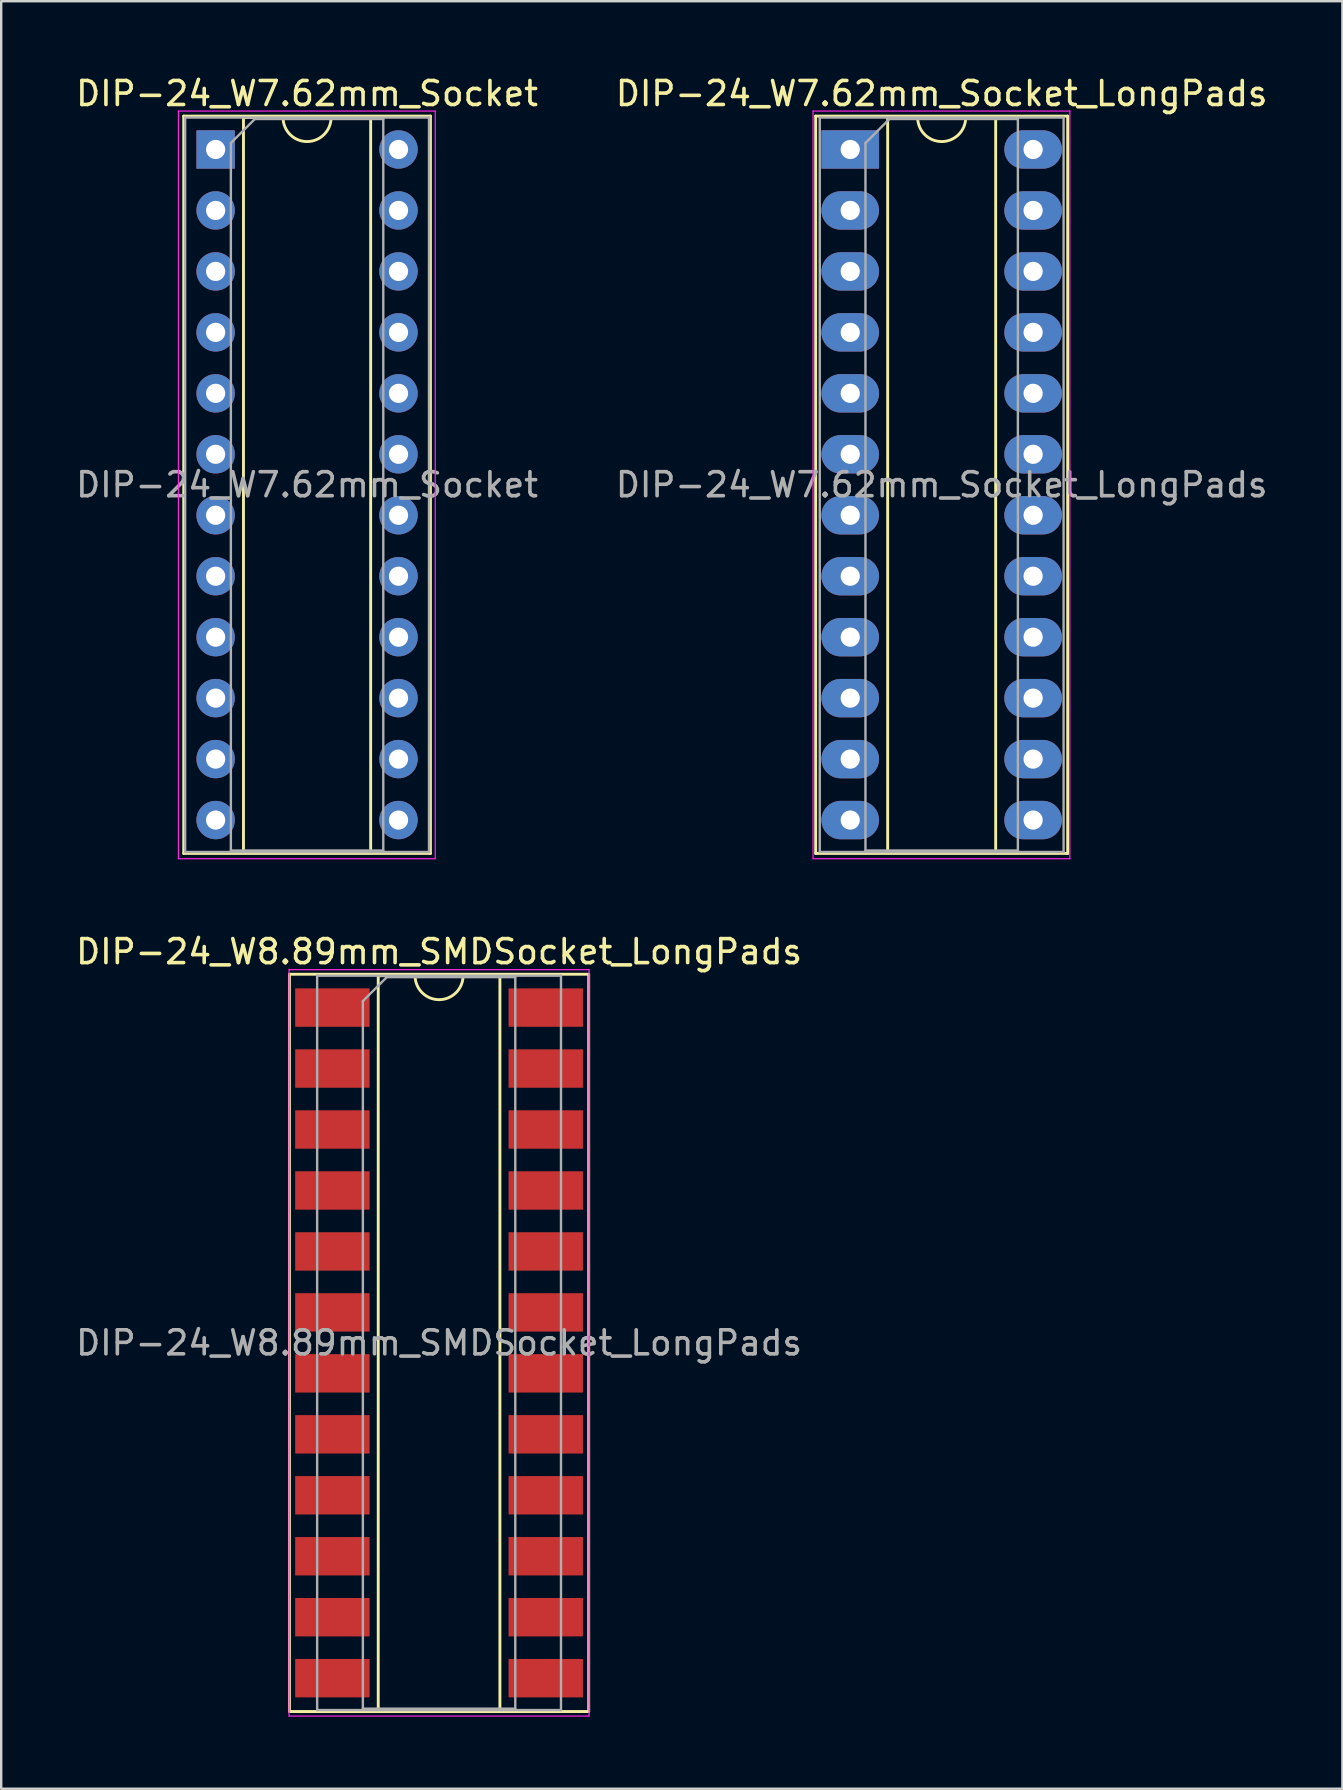
<source format=kicad_pcb>
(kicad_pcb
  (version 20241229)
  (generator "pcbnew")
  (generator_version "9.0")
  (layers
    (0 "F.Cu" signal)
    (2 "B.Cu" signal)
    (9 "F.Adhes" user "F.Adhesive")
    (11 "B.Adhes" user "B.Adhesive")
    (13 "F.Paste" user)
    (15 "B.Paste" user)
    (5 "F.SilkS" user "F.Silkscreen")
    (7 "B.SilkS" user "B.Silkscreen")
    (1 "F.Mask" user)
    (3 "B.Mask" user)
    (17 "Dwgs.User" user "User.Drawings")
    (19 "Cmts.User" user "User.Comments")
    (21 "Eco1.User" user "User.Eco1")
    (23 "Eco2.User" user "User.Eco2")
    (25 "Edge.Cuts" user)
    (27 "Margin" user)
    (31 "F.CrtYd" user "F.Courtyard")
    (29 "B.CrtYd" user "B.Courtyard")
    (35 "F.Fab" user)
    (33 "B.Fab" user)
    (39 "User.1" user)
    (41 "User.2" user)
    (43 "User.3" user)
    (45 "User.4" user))
  (footprint "DIP-24_W8.89mm_SMDSocket_LongPads"
    (layer "F.Cu")
    (at 15.244 52.901)
    (property "Reference" "DIP-24_W8.89mm_SMDSocket_LongPads" (at 0 -16.3 0) (layer "F.SilkS") (effects (font (size 1 1) (thickness 0.15))))
    (attr smd)
    (fp_line (start -6.235 -15.36) (end -6.235 15.36) (stroke (width 0.12) (type solid)) (layer "F.SilkS"))
    (fp_line (start -6.235 15.36) (end 6.235 15.36) (stroke (width 0.12) (type solid)) (layer "F.SilkS"))
    (fp_line (start -2.535 -15.3) (end -2.535 15.3) (stroke (width 0.12) (type solid)) (layer "F.SilkS"))
    (fp_line (start -2.535 15.3) (end 2.535 15.3) (stroke (width 0.12) (type solid)) (layer "F.SilkS"))
    (fp_line (start -1 -15.3) (end -2.535 -15.3) (stroke (width 0.12) (type solid)) (layer "F.SilkS"))
    (fp_line (start 2.535 -15.3) (end 1 -15.3) (stroke (width 0.12) (type solid)) (layer "F.SilkS"))
    (fp_line (start 2.535 15.3) (end 2.535 -15.3) (stroke (width 0.12) (type solid)) (layer "F.SilkS"))
    (fp_line (start 6.235 -15.36) (end -6.235 -15.36) (stroke (width 0.12) (type solid)) (layer "F.SilkS"))
    (fp_line (start 6.235 15.36) (end 6.235 -15.36) (stroke (width 0.12) (type solid)) (layer "F.SilkS"))
    (fp_arc (start 1 -15.3) (mid 0 -14.3) (end -1 -15.3) (stroke (width 0.12) (type solid)) (layer "F.SilkS"))
    (fp_line (start -6.25 -15.55) (end -6.25 15.55) (stroke (width 0.05) (type solid)) (layer "F.CrtYd"))
    (fp_line (start -6.25 15.55) (end 6.25 15.55) (stroke (width 0.05) (type solid)) (layer "F.CrtYd"))
    (fp_line (start 6.25 -15.55) (end -6.25 -15.55) (stroke (width 0.05) (type solid)) (layer "F.CrtYd"))
    (fp_line (start 6.25 15.55) (end 6.25 -15.55) (stroke (width 0.05) (type solid)) (layer "F.CrtYd"))
    (fp_line (start -5.08 -15.3) (end -5.08 15.3) (stroke (width 0.1) (type solid)) (layer "F.Fab"))
    (fp_line (start -5.08 15.3) (end 5.08 15.3) (stroke (width 0.1) (type solid)) (layer "F.Fab"))
    (fp_line (start -3.175 -14.24) (end -2.175 -15.24) (stroke (width 0.1) (type solid)) (layer "F.Fab"))
    (fp_line (start -3.175 15.24) (end -3.175 -14.24) (stroke (width 0.1) (type solid)) (layer "F.Fab"))
    (fp_line (start -2.175 -15.24) (end 3.175 -15.24) (stroke (width 0.1) (type solid)) (layer "F.Fab"))
    (fp_line (start 3.175 -15.24) (end 3.175 15.24) (stroke (width 0.1) (type solid)) (layer "F.Fab"))
    (fp_line (start 3.175 15.24) (end -3.175 15.24) (stroke (width 0.1) (type solid)) (layer "F.Fab"))
    (fp_line (start 5.08 -15.3) (end -5.08 -15.3) (stroke (width 0.1) (type solid)) (layer "F.Fab"))
    (fp_line (start 5.08 15.3) (end 5.08 -15.3) (stroke (width 0.1) (type solid)) (layer "F.Fab"))
    (fp_text user "${REFERENCE}" (at 0 0 0) (layer "F.Fab") (effects (font (size 1 1) (thickness 0.15))))
    (pad "1" smd rect (at -4.445 -13.97) (size 3.1 1.6) (layers "F.Cu" "F.Mask" "F.Paste"))
    (pad "2" smd rect (at -4.445 -11.43) (size 3.1 1.6) (layers "F.Cu" "F.Mask" "F.Paste"))
    (pad "3" smd rect (at -4.445 -8.89) (size 3.1 1.6) (layers "F.Cu" "F.Mask" "F.Paste"))
    (pad "4" smd rect (at -4.445 -6.35) (size 3.1 1.6) (layers "F.Cu" "F.Mask" "F.Paste"))
    (pad "5" smd rect (at -4.445 -3.81) (size 3.1 1.6) (layers "F.Cu" "F.Mask" "F.Paste"))
    (pad "6" smd rect (at -4.445 -1.27) (size 3.1 1.6) (layers "F.Cu" "F.Mask" "F.Paste"))
    (pad "7" smd rect (at -4.445 1.27) (size 3.1 1.6) (layers "F.Cu" "F.Mask" "F.Paste"))
    (pad "8" smd rect (at -4.445 3.81) (size 3.1 1.6) (layers "F.Cu" "F.Mask" "F.Paste"))
    (pad "9" smd rect (at -4.445 6.35) (size 3.1 1.6) (layers "F.Cu" "F.Mask" "F.Paste"))
    (pad "10" smd rect (at -4.445 8.89) (size 3.1 1.6) (layers "F.Cu" "F.Mask" "F.Paste"))
    (pad "11" smd rect (at -4.445 11.43) (size 3.1 1.6) (layers "F.Cu" "F.Mask" "F.Paste"))
    (pad "12" smd rect (at -4.445 13.97) (size 3.1 1.6) (layers "F.Cu" "F.Mask" "F.Paste"))
    (pad "13" smd rect (at 4.445 13.97) (size 3.1 1.6) (layers "F.Cu" "F.Mask" "F.Paste"))
    (pad "14" smd rect (at 4.445 11.43) (size 3.1 1.6) (layers "F.Cu" "F.Mask" "F.Paste"))
    (pad "15" smd rect (at 4.445 8.89) (size 3.1 1.6) (layers "F.Cu" "F.Mask" "F.Paste"))
    (pad "16" smd rect (at 4.445 6.35) (size 3.1 1.6) (layers "F.Cu" "F.Mask" "F.Paste"))
    (pad "17" smd rect (at 4.445 3.81) (size 3.1 1.6) (layers "F.Cu" "F.Mask" "F.Paste"))
    (pad "18" smd rect (at 4.445 1.27) (size 3.1 1.6) (layers "F.Cu" "F.Mask" "F.Paste"))
    (pad "19" smd rect (at 4.445 -1.27) (size 3.1 1.6) (layers "F.Cu" "F.Mask" "F.Paste"))
    (pad "20" smd rect (at 4.445 -3.81) (size 3.1 1.6) (layers "F.Cu" "F.Mask" "F.Paste"))
    (pad "21" smd rect (at 4.445 -6.35) (size 3.1 1.6) (layers "F.Cu" "F.Mask" "F.Paste"))
    (pad "22" smd rect (at 4.445 -8.89) (size 3.1 1.6) (layers "F.Cu" "F.Mask" "F.Paste"))
    (pad "23" smd rect (at 4.445 -11.43) (size 3.1 1.6) (layers "F.Cu" "F.Mask" "F.Paste"))
    (pad "24" smd rect (at 4.445 -13.97) (size 3.1 1.6) (layers "F.Cu" "F.Mask" "F.Paste")))
  (footprint "DIP-24_W7.62mm_Socket_LongPads"
    (layer "F.Cu")
    (at 32.375 3.178)
    (property "Reference" "DIP-24_W7.62mm_Socket_LongPads" (at 3.81 -2.33 0) (layer "F.SilkS") (effects (font (size 1 1) (thickness 0.15))))
    (attr through_hole)
    (fp_line (start -1.44 -1.39) (end -1.44 29.33) (stroke (width 0.12) (type solid)) (layer "F.SilkS"))
    (fp_line (start -1.44 29.33) (end 9.06 29.33) (stroke (width 0.12) (type solid)) (layer "F.SilkS"))
    (fp_line (start 1.56 -1.33) (end 1.56 29.27) (stroke (width 0.12) (type solid)) (layer "F.SilkS"))
    (fp_line (start 1.56 29.27) (end 6.06 29.27) (stroke (width 0.12) (type solid)) (layer "F.SilkS"))
    (fp_line (start 2.81 -1.33) (end 1.56 -1.33) (stroke (width 0.12) (type solid)) (layer "F.SilkS"))
    (fp_line (start 6.06 -1.33) (end 4.81 -1.33) (stroke (width 0.12) (type solid)) (layer "F.SilkS"))
    (fp_line (start 6.06 29.27) (end 6.06 -1.33) (stroke (width 0.12) (type solid)) (layer "F.SilkS"))
    (fp_line (start 9.06 -1.39) (end -1.44 -1.39) (stroke (width 0.12) (type solid)) (layer "F.SilkS"))
    (fp_line (start 9.06 29.33) (end 9.06 -1.39) (stroke (width 0.12) (type solid)) (layer "F.SilkS"))
    (fp_arc (start 4.81 -1.33) (mid 3.81 -0.33) (end 2.81 -1.33) (stroke (width 0.12) (type solid)) (layer "F.SilkS"))
    (fp_line (start -1.55 -1.6) (end -1.55 29.55) (stroke (width 0.05) (type solid)) (layer "F.CrtYd"))
    (fp_line (start -1.55 29.55) (end 9.15 29.55) (stroke (width 0.05) (type solid)) (layer "F.CrtYd"))
    (fp_line (start 9.15 -1.6) (end -1.55 -1.6) (stroke (width 0.05) (type solid)) (layer "F.CrtYd"))
    (fp_line (start 9.15 29.55) (end 9.15 -1.6) (stroke (width 0.05) (type solid)) (layer "F.CrtYd"))
    (fp_line (start -1.27 -1.33) (end -1.27 29.27) (stroke (width 0.1) (type solid)) (layer "F.Fab"))
    (fp_line (start -1.27 29.27) (end 8.89 29.27) (stroke (width 0.1) (type solid)) (layer "F.Fab"))
    (fp_line (start 0.635 -0.27) (end 1.635 -1.27) (stroke (width 0.1) (type solid)) (layer "F.Fab"))
    (fp_line (start 0.635 29.21) (end 0.635 -0.27) (stroke (width 0.1) (type solid)) (layer "F.Fab"))
    (fp_line (start 1.635 -1.27) (end 6.985 -1.27) (stroke (width 0.1) (type solid)) (layer "F.Fab"))
    (fp_line (start 6.985 -1.27) (end 6.985 29.21) (stroke (width 0.1) (type solid)) (layer "F.Fab"))
    (fp_line (start 6.985 29.21) (end 0.635 29.21) (stroke (width 0.1) (type solid)) (layer "F.Fab"))
    (fp_line (start 8.89 -1.33) (end -1.27 -1.33) (stroke (width 0.1) (type solid)) (layer "F.Fab"))
    (fp_line (start 8.89 29.27) (end 8.89 -1.33) (stroke (width 0.1) (type solid)) (layer "F.Fab"))
    (fp_text user "${REFERENCE}" (at 3.81 13.97 0) (layer "F.Fab") (effects (font (size 1 1) (thickness 0.15))))
    (pad "1" thru_hole rect (at 0 0) (size 2.4 1.6) (drill 0.8) (layers "*.Cu" "*.Mask"))
    (pad "2" thru_hole oval (at 0 2.54) (size 2.4 1.6) (drill 0.8) (layers "*.Cu" "*.Mask"))
    (pad "3" thru_hole oval (at 0 5.08) (size 2.4 1.6) (drill 0.8) (layers "*.Cu" "*.Mask"))
    (pad "4" thru_hole oval (at 0 7.62) (size 2.4 1.6) (drill 0.8) (layers "*.Cu" "*.Mask"))
    (pad "5" thru_hole oval (at 0 10.16) (size 2.4 1.6) (drill 0.8) (layers "*.Cu" "*.Mask"))
    (pad "6" thru_hole oval (at 0 12.7) (size 2.4 1.6) (drill 0.8) (layers "*.Cu" "*.Mask"))
    (pad "7" thru_hole oval (at 0 15.24) (size 2.4 1.6) (drill 0.8) (layers "*.Cu" "*.Mask"))
    (pad "8" thru_hole oval (at 0 17.78) (size 2.4 1.6) (drill 0.8) (layers "*.Cu" "*.Mask"))
    (pad "9" thru_hole oval (at 0 20.32) (size 2.4 1.6) (drill 0.8) (layers "*.Cu" "*.Mask"))
    (pad "10" thru_hole oval (at 0 22.86) (size 2.4 1.6) (drill 0.8) (layers "*.Cu" "*.Mask"))
    (pad "11" thru_hole oval (at 0 25.4) (size 2.4 1.6) (drill 0.8) (layers "*.Cu" "*.Mask"))
    (pad "12" thru_hole oval (at 0 27.94) (size 2.4 1.6) (drill 0.8) (layers "*.Cu" "*.Mask"))
    (pad "13" thru_hole oval (at 7.62 27.94) (size 2.4 1.6) (drill 0.8) (layers "*.Cu" "*.Mask"))
    (pad "14" thru_hole oval (at 7.62 25.4) (size 2.4 1.6) (drill 0.8) (layers "*.Cu" "*.Mask"))
    (pad "15" thru_hole oval (at 7.62 22.86) (size 2.4 1.6) (drill 0.8) (layers "*.Cu" "*.Mask"))
    (pad "16" thru_hole oval (at 7.62 20.32) (size 2.4 1.6) (drill 0.8) (layers "*.Cu" "*.Mask"))
    (pad "17" thru_hole oval (at 7.62 17.78) (size 2.4 1.6) (drill 0.8) (layers "*.Cu" "*.Mask"))
    (pad "18" thru_hole oval (at 7.62 15.24) (size 2.4 1.6) (drill 0.8) (layers "*.Cu" "*.Mask"))
    (pad "19" thru_hole oval (at 7.62 12.7) (size 2.4 1.6) (drill 0.8) (layers "*.Cu" "*.Mask"))
    (pad "20" thru_hole oval (at 7.62 10.16) (size 2.4 1.6) (drill 0.8) (layers "*.Cu" "*.Mask"))
    (pad "21" thru_hole oval (at 7.62 7.62) (size 2.4 1.6) (drill 0.8) (layers "*.Cu" "*.Mask"))
    (pad "22" thru_hole oval (at 7.62 5.08) (size 2.4 1.6) (drill 0.8) (layers "*.Cu" "*.Mask"))
    (pad "23" thru_hole oval (at 7.62 2.54) (size 2.4 1.6) (drill 0.8) (layers "*.Cu" "*.Mask"))
    (pad "24" thru_hole oval (at 7.62 0) (size 2.4 1.6) (drill 0.8) (layers "*.Cu" "*.Mask")))
  (footprint "DIP-24_W7.62mm_Socket"
    (layer "F.Cu")
    (at 5.934 3.178)
    (property "Reference" "DIP-24_W7.62mm_Socket" (at 3.81 -2.33 0) (layer "F.SilkS") (effects (font (size 1 1) (thickness 0.15))))
    (attr through_hole)
    (fp_line (start -1.33 -1.39) (end -1.33 29.33) (stroke (width 0.12) (type solid)) (layer "F.SilkS"))
    (fp_line (start -1.33 29.33) (end 8.95 29.33) (stroke (width 0.12) (type solid)) (layer "F.SilkS"))
    (fp_line (start 1.16 -1.33) (end 1.16 29.27) (stroke (width 0.12) (type solid)) (layer "F.SilkS"))
    (fp_line (start 1.16 29.27) (end 6.46 29.27) (stroke (width 0.12) (type solid)) (layer "F.SilkS"))
    (fp_line (start 2.81 -1.33) (end 1.16 -1.33) (stroke (width 0.12) (type solid)) (layer "F.SilkS"))
    (fp_line (start 6.46 -1.33) (end 4.81 -1.33) (stroke (width 0.12) (type solid)) (layer "F.SilkS"))
    (fp_line (start 6.46 29.27) (end 6.46 -1.33) (stroke (width 0.12) (type solid)) (layer "F.SilkS"))
    (fp_line (start 8.95 -1.39) (end -1.33 -1.39) (stroke (width 0.12) (type solid)) (layer "F.SilkS"))
    (fp_line (start 8.95 29.33) (end 8.95 -1.39) (stroke (width 0.12) (type solid)) (layer "F.SilkS"))
    (fp_arc (start 4.81 -1.33) (mid 3.81 -0.33) (end 2.81 -1.33) (stroke (width 0.12) (type solid)) (layer "F.SilkS"))
    (fp_line (start -1.55 -1.6) (end -1.55 29.55) (stroke (width 0.05) (type solid)) (layer "F.CrtYd"))
    (fp_line (start -1.55 29.55) (end 9.15 29.55) (stroke (width 0.05) (type solid)) (layer "F.CrtYd"))
    (fp_line (start 9.15 -1.6) (end -1.55 -1.6) (stroke (width 0.05) (type solid)) (layer "F.CrtYd"))
    (fp_line (start 9.15 29.55) (end 9.15 -1.6) (stroke (width 0.05) (type solid)) (layer "F.CrtYd"))
    (fp_line (start -1.27 -1.33) (end -1.27 29.27) (stroke (width 0.1) (type solid)) (layer "F.Fab"))
    (fp_line (start -1.27 29.27) (end 8.89 29.27) (stroke (width 0.1) (type solid)) (layer "F.Fab"))
    (fp_line (start 0.635 -0.27) (end 1.635 -1.27) (stroke (width 0.1) (type solid)) (layer "F.Fab"))
    (fp_line (start 0.635 29.21) (end 0.635 -0.27) (stroke (width 0.1) (type solid)) (layer "F.Fab"))
    (fp_line (start 1.635 -1.27) (end 6.985 -1.27) (stroke (width 0.1) (type solid)) (layer "F.Fab"))
    (fp_line (start 6.985 -1.27) (end 6.985 29.21) (stroke (width 0.1) (type solid)) (layer "F.Fab"))
    (fp_line (start 6.985 29.21) (end 0.635 29.21) (stroke (width 0.1) (type solid)) (layer "F.Fab"))
    (fp_line (start 8.89 -1.33) (end -1.27 -1.33) (stroke (width 0.1) (type solid)) (layer "F.Fab"))
    (fp_line (start 8.89 29.27) (end 8.89 -1.33) (stroke (width 0.1) (type solid)) (layer "F.Fab"))
    (fp_text user "${REFERENCE}" (at 3.81 13.97 0) (layer "F.Fab") (effects (font (size 1 1) (thickness 0.15))))
    (pad "1" thru_hole rect (at 0 0) (size 1.6 1.6) (drill 0.8) (layers "*.Cu" "*.Mask"))
    (pad "2" thru_hole oval (at 0 2.54) (size 1.6 1.6) (drill 0.8) (layers "*.Cu" "*.Mask"))
    (pad "3" thru_hole oval (at 0 5.08) (size 1.6 1.6) (drill 0.8) (layers "*.Cu" "*.Mask"))
    (pad "4" thru_hole oval (at 0 7.62) (size 1.6 1.6) (drill 0.8) (layers "*.Cu" "*.Mask"))
    (pad "5" thru_hole oval (at 0 10.16) (size 1.6 1.6) (drill 0.8) (layers "*.Cu" "*.Mask"))
    (pad "6" thru_hole oval (at 0 12.7) (size 1.6 1.6) (drill 0.8) (layers "*.Cu" "*.Mask"))
    (pad "7" thru_hole oval (at 0 15.24) (size 1.6 1.6) (drill 0.8) (layers "*.Cu" "*.Mask"))
    (pad "8" thru_hole oval (at 0 17.78) (size 1.6 1.6) (drill 0.8) (layers "*.Cu" "*.Mask"))
    (pad "9" thru_hole oval (at 0 20.32) (size 1.6 1.6) (drill 0.8) (layers "*.Cu" "*.Mask"))
    (pad "10" thru_hole oval (at 0 22.86) (size 1.6 1.6) (drill 0.8) (layers "*.Cu" "*.Mask"))
    (pad "11" thru_hole oval (at 0 25.4) (size 1.6 1.6) (drill 0.8) (layers "*.Cu" "*.Mask"))
    (pad "12" thru_hole oval (at 0 27.94) (size 1.6 1.6) (drill 0.8) (layers "*.Cu" "*.Mask"))
    (pad "13" thru_hole oval (at 7.62 27.94) (size 1.6 1.6) (drill 0.8) (layers "*.Cu" "*.Mask"))
    (pad "14" thru_hole oval (at 7.62 25.4) (size 1.6 1.6) (drill 0.8) (layers "*.Cu" "*.Mask"))
    (pad "15" thru_hole oval (at 7.62 22.86) (size 1.6 1.6) (drill 0.8) (layers "*.Cu" "*.Mask"))
    (pad "16" thru_hole oval (at 7.62 20.32) (size 1.6 1.6) (drill 0.8) (layers "*.Cu" "*.Mask"))
    (pad "17" thru_hole oval (at 7.62 17.78) (size 1.6 1.6) (drill 0.8) (layers "*.Cu" "*.Mask"))
    (pad "18" thru_hole oval (at 7.62 15.24) (size 1.6 1.6) (drill 0.8) (layers "*.Cu" "*.Mask"))
    (pad "19" thru_hole oval (at 7.62 12.7) (size 1.6 1.6) (drill 0.8) (layers "*.Cu" "*.Mask"))
    (pad "20" thru_hole oval (at 7.62 10.16) (size 1.6 1.6) (drill 0.8) (layers "*.Cu" "*.Mask"))
    (pad "21" thru_hole oval (at 7.62 7.62) (size 1.6 1.6) (drill 0.8) (layers "*.Cu" "*.Mask"))
    (pad "22" thru_hole oval (at 7.62 5.08) (size 1.6 1.6) (drill 0.8) (layers "*.Cu" "*.Mask"))
    (pad "23" thru_hole oval (at 7.62 2.54) (size 1.6 1.6) (drill 0.8) (layers "*.Cu" "*.Mask"))
    (pad "24" thru_hole oval (at 7.62 0) (size 1.6 1.6) (drill 0.8) (layers "*.Cu" "*.Mask")))
  (gr_rect
    (start -3 -3)
    (end 52.881 71.477)
    (stroke (width 0.1) (type default))
    (fill no)
    (layer "Edge.Cuts")))
</source>
